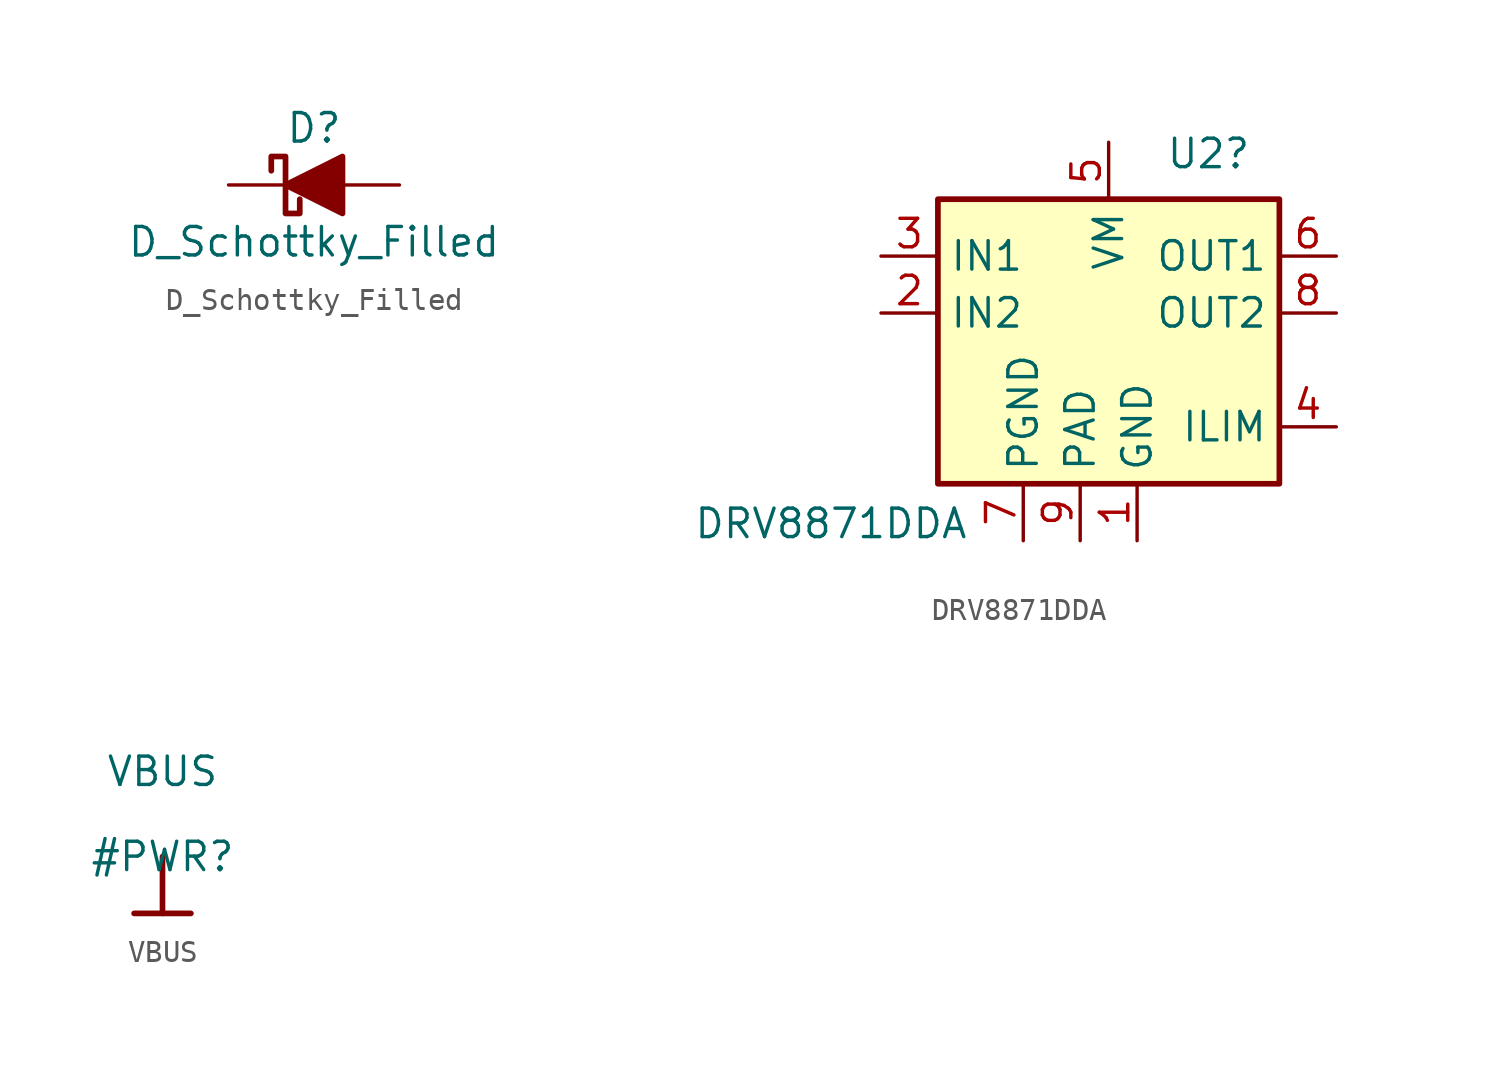
<source format=kicad_sym>
(kicad_symbol_lib
  (version 20241209)
  (generator "kicad_symbol_editor")
  (generator_version "9.0")
  (symbol "D_Schottky_Filled"
    (pin_numbers
      (hide yes))
    (pin_names
      (offset 1.016)
      (hide yes))
    (property "Reference" "D"
      (at 0 2.54 0)
      (effects (font (size 1.27 1.27))))
    (property "Value" "D_Schottky_Filled"
      (at 0 -2.54 0)
      (effects (font (size 1.27 1.27))))
    (symbol "D_Schottky_Filled_0_1"
      (polyline (pts (xy -1.905 0.635) (xy -1.905 1.27) (xy -1.27 1.27) (xy -1.27 -1.27) (xy -0.635 -1.27) (xy -0.635 -0.635)) (stroke (width 0.254) (type default)) (fill (type none)))
      (polyline (pts (xy 1.27 1.27) (xy 1.27 -1.27) (xy -1.27 0) (xy 1.27 1.27)) (stroke (width 0.254) (type default)) (fill (type outline)))
      (polyline (pts (xy 1.27 0) (xy -1.27 0)) (stroke (width 0) (type default)) (fill (type none))))
    (symbol "D_Schottky_Filled_1_1"
      (pin passive line (at -3.81 0 0) (length 2.54) (name "K" (effects (font (size 1.27 1.27)))) (number "2" (effects (font (size 1.27 1.27)))))
      (pin passive line (at 3.81 0 180) (length 2.54) (name "A" (effects (font (size 1.27 1.27)))) (number "1" (effects (font (size 1.27 1.27)))))))
  (symbol "DRV8871DDA"
    (property "Reference" "U2"
      (at 2.54 7.112 0)
      (effects (font (size 1.27 1.27)) (justify left)))
    (property "Value" "DRV8871DDA"
      (at -18.542 -9.398 0)
      (effects (font (size 1.27 1.27)) (justify left)))
    (symbol "DRV8871DDA_0_1"
      (rectangle (start -7.62 5.08) (end 7.62 -7.62) (stroke (width 0.254) (type default)) (fill (type background))))
    (symbol "DRV8871DDA_1_1"
      (pin input line (at -10.16 2.54 0) (length 2.54) (name "IN1" (effects (font (size 1.27 1.27)))) (number "3" (effects (font (size 1.27 1.27)))))
      (pin input line (at -10.16 0 0) (length 2.54) (name "IN2" (effects (font (size 1.27 1.27)))) (number "2" (effects (font (size 1.27 1.27)))))
      (pin passive line (at -3.81 -10.16 90) (length 2.54) (name "PGND" (effects (font (size 1.27 1.27)))) (number "7" (effects (font (size 1.27 1.27)))))
      (pin passive line (at -1.27 -10.16 90) (length 2.54) (name "PAD" (effects (font (size 1.27 1.27)))) (number "9" (effects (font (size 1.27 1.27)))))
      (pin power_in line (at 0 7.62 270) (length 2.54) (name "VM" (effects (font (size 1.27 1.27)))) (number "5" (effects (font (size 1.27 1.27)))))
      (pin passive line (at 1.27 -10.16 90) (length 2.54) (name "GND" (effects (font (size 1.27 1.27)))) (number "1" (effects (font (size 1.27 1.27)))))
      (pin power_out line (at 10.16 2.54 180) (length 2.54) (name "OUT1" (effects (font (size 1.27 1.27)))) (number "6" (effects (font (size 1.27 1.27)))))
      (pin power_out line (at 10.16 0 180) (length 2.54) (name "OUT2" (effects (font (size 1.27 1.27)))) (number "8" (effects (font (size 1.27 1.27)))))
      (pin passive line (at 10.16 -5.08 180) (length 2.54) (name "ILIM" (effects (font (size 1.27 1.27)))) (number "4" (effects (font (size 1.27 1.27)))))))
  (symbol "VBUS"
    (power)
    (property "Reference" "#PWR"
      (at 0 0 0)
      (effects (font (size 1.27 1.27))))
    (property "Value" "VBUS"
      (at 0 3.81 0)
      (effects (font (size 1.27 1.27))))
    (symbol "VBUS_0_0"
      (polyline (pts (xy -1.27 -2.54) (xy 1.27 -2.54)) (stroke (width 0.254) (type default)) (fill (type none)))
      (polyline (pts (xy 0 0) (xy 0 -2.54)) (stroke (width 0.254) (type default)) (fill (type none)))
      (pin power_in line (at 0 0 0) (length 0) (hide yes) (name "VBUS" (effects (font (size 1.27 1.27)))) (number "" (effects (font (size 1.27 1.27))))))))
</source>
